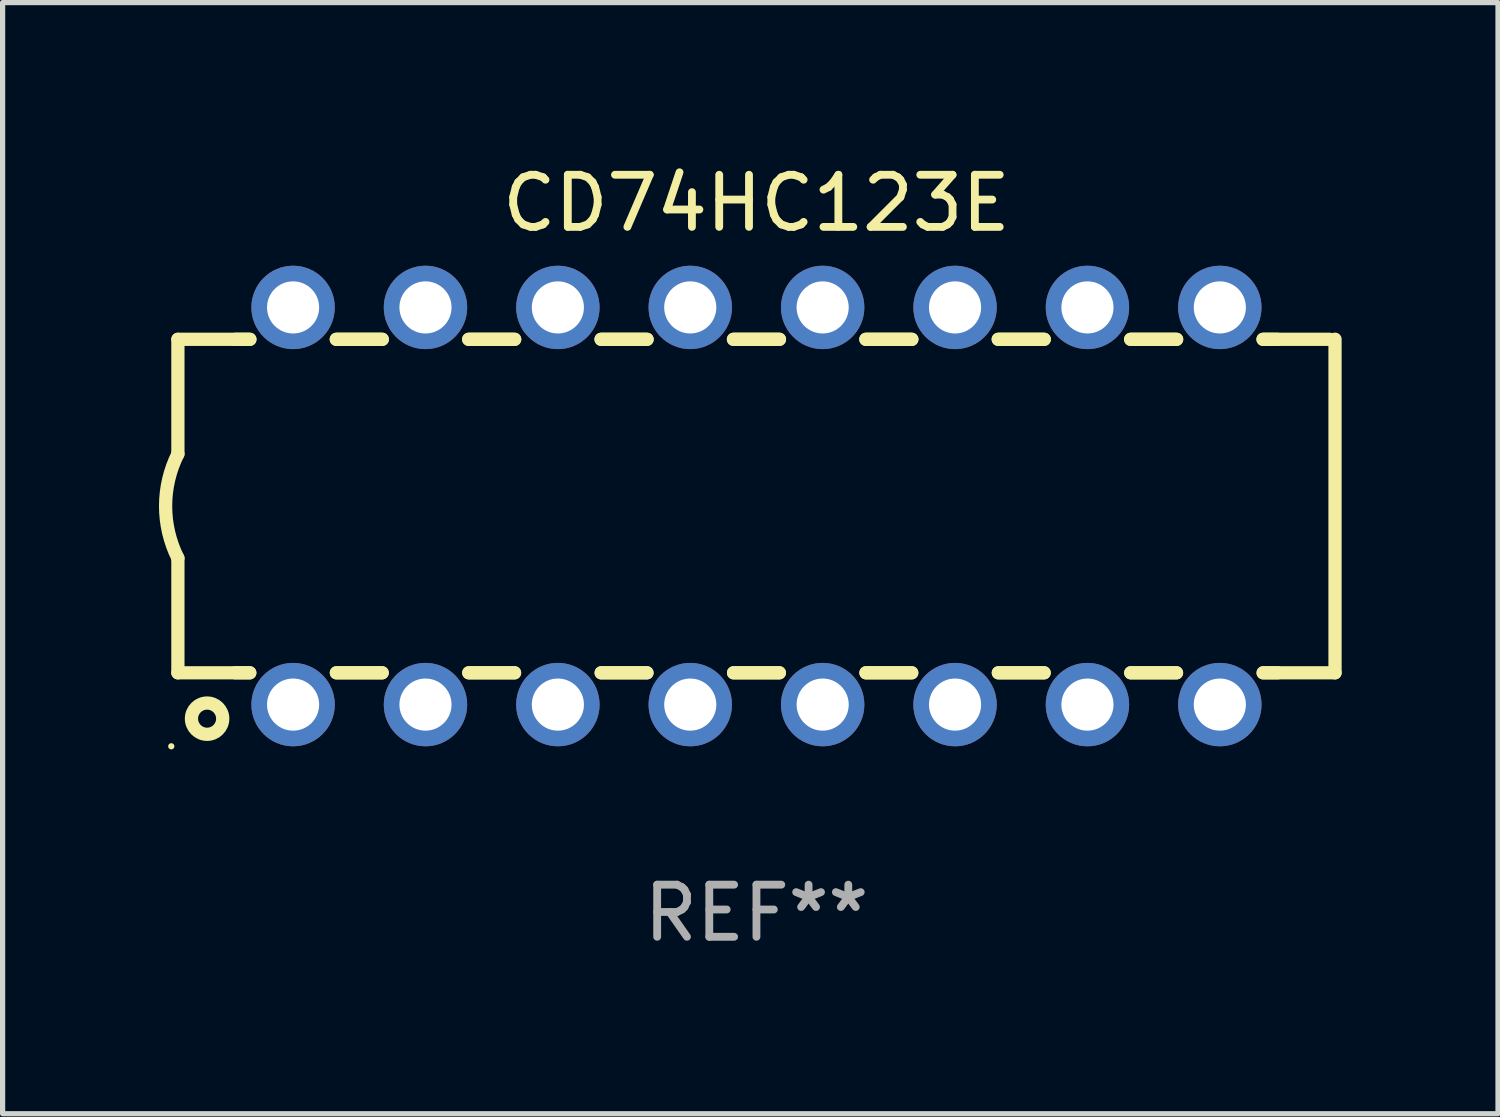
<source format=kicad_pcb>
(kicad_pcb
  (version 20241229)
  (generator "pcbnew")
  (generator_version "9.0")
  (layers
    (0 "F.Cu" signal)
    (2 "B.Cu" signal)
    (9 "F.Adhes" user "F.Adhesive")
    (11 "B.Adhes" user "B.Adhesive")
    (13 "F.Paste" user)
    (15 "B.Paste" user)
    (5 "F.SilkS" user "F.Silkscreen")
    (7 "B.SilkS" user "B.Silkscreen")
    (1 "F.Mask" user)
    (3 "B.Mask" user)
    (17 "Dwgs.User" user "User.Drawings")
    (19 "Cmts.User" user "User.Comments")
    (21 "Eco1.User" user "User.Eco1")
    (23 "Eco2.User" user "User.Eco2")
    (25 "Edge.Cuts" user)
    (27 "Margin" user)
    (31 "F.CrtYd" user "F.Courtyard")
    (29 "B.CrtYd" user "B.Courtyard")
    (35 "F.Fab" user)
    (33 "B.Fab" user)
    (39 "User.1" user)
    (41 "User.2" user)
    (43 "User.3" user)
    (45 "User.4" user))
  (footprint "CD74HC123E"
    (layer "F.Cu")
    (at 11.463 6.658)
    (property "Reference" "CD74HC123E" (at 0 -5.81 0) (layer "F.SilkS") (effects (font (size 1 1) (thickness 0.15))))
    (attr through_hole)
    (fp_line (start -11.1 -3.198) (end -9.719 -3.198) (stroke (width 0.254) (type solid)) (layer "F.SilkS"))
    (fp_line (start -11.1 -0.998) (end -11.1 -3.198) (stroke (width 0.254) (type solid)) (layer "F.SilkS"))
    (fp_line (start -11.1 3.2) (end -11.1 1) (stroke (width 0.254) (type solid)) (layer "F.SilkS"))
    (fp_line (start -11.1 3.2) (end -9.721 3.2) (stroke (width 0.254) (type solid)) (layer "F.SilkS"))
    (fp_line (start -10 -3.198) (end -9.719 -3.198) (stroke (width 0.254) (type solid)) (layer "F.SilkS"))
    (fp_line (start -10 3.2) (end -9.721 3.2) (stroke (width 0.254) (type solid)) (layer "F.SilkS"))
    (fp_line (start -8.061 -3.198) (end -7.179 -3.198) (stroke (width 0.254) (type solid)) (layer "F.SilkS"))
    (fp_line (start -8.061 -3.198) (end -7.179 -3.198) (stroke (width 0.254) (type solid)) (layer "F.SilkS"))
    (fp_line (start -8.059 3.2) (end -7.181 3.2) (stroke (width 0.254) (type solid)) (layer "F.SilkS"))
    (fp_line (start -8.059 3.2) (end -7.181 3.2) (stroke (width 0.254) (type solid)) (layer "F.SilkS"))
    (fp_line (start -5.521 -3.198) (end -4.639 -3.198) (stroke (width 0.254) (type solid)) (layer "F.SilkS"))
    (fp_line (start -5.521 -3.198) (end -4.639 -3.198) (stroke (width 0.254) (type solid)) (layer "F.SilkS"))
    (fp_line (start -5.519 3.2) (end -4.641 3.2) (stroke (width 0.254) (type solid)) (layer "F.SilkS"))
    (fp_line (start -5.519 3.2) (end -4.641 3.2) (stroke (width 0.254) (type solid)) (layer "F.SilkS"))
    (fp_line (start -2.981 -3.198) (end -2.099 -3.198) (stroke (width 0.254) (type solid)) (layer "F.SilkS"))
    (fp_line (start -2.981 -3.198) (end -2.099 -3.198) (stroke (width 0.254) (type solid)) (layer "F.SilkS"))
    (fp_line (start -2.979 3.2) (end -2.101 3.2) (stroke (width 0.254) (type solid)) (layer "F.SilkS"))
    (fp_line (start -2.979 3.2) (end -2.101 3.2) (stroke (width 0.254) (type solid)) (layer "F.SilkS"))
    (fp_line (start -0.441 -3.198) (end 0.441 -3.198) (stroke (width 0.254) (type solid)) (layer "F.SilkS"))
    (fp_line (start -0.441 -3.198) (end 0.441 -3.198) (stroke (width 0.254) (type solid)) (layer "F.SilkS"))
    (fp_line (start -0.439 3.2) (end 0.439 3.2) (stroke (width 0.254) (type solid)) (layer "F.SilkS"))
    (fp_line (start -0.439 3.2) (end 0.439 3.2) (stroke (width 0.254) (type solid)) (layer "F.SilkS"))
    (fp_line (start 2.099 -3.198) (end 2.981 -3.198) (stroke (width 0.254) (type solid)) (layer "F.SilkS"))
    (fp_line (start 2.099 -3.198) (end 2.981 -3.198) (stroke (width 0.254) (type solid)) (layer "F.SilkS"))
    (fp_line (start 2.101 3.2) (end 2.979 3.2) (stroke (width 0.254) (type solid)) (layer "F.SilkS"))
    (fp_line (start 2.101 3.2) (end 2.979 3.2) (stroke (width 0.254) (type solid)) (layer "F.SilkS"))
    (fp_line (start 4.639 -3.198) (end 5.521 -3.198) (stroke (width 0.254) (type solid)) (layer "F.SilkS"))
    (fp_line (start 4.639 -3.198) (end 5.521 -3.198) (stroke (width 0.254) (type solid)) (layer "F.SilkS"))
    (fp_line (start 4.641 3.2) (end 5.519 3.2) (stroke (width 0.254) (type solid)) (layer "F.SilkS"))
    (fp_line (start 4.641 3.2) (end 5.519 3.2) (stroke (width 0.254) (type solid)) (layer "F.SilkS"))
    (fp_line (start 7.179 -3.198) (end 8.061 -3.198) (stroke (width 0.254) (type solid)) (layer "F.SilkS"))
    (fp_line (start 7.179 -3.198) (end 8.061 -3.198) (stroke (width 0.254) (type solid)) (layer "F.SilkS"))
    (fp_line (start 7.181 3.2) (end 8.059 3.2) (stroke (width 0.254) (type solid)) (layer "F.SilkS"))
    (fp_line (start 7.181 3.2) (end 8.059 3.2) (stroke (width 0.254) (type solid)) (layer "F.SilkS"))
    (fp_line (start 9.719 -3.198) (end 10 -3.198) (stroke (width 0.254) (type solid)) (layer "F.SilkS"))
    (fp_line (start 9.719 -3.198) (end 11 -3.198) (stroke (width 0.254) (type solid)) (layer "F.SilkS"))
    (fp_line (start 9.721 3.2) (end 11.1 3.2) (stroke (width 0.254) (type solid)) (layer "F.SilkS"))
    (fp_line (start 9.721 3.2) (end 10 3.2) (stroke (width 0.254) (type solid)) (layer "F.SilkS"))
    (fp_line (start 11.1 3.2) (end 11.1 -3.2) (stroke (width 0.254) (type solid)) (layer "F.SilkS"))
    (fp_arc (start -11.099823 1.000762) (mid -11.335827 0.001303) (end -11.1 -0.998197) (stroke (width 0.254001) (type solid)) (layer "F.SilkS"))
    (fp_circle (center -11.227 4.61) (end -11.197 4.61) (stroke (width 0.06) (type solid)) (fill no) (layer "F.SilkS"))
    (fp_circle (center -10.54 4.08) (end -10.24 4.08) (stroke (width 0.254) (type solid)) (fill no) (layer "F.SilkS"))
    (fp_text user "REF**" (at 0 7.81 0) (layer "F.Fab") (effects (font (size 1 1) (thickness 0.15))))
    (pad "1" thru_hole circle (at -8.89 3.81) (size 1.6 1.6) (drill 1) (layers "*.Cu" "*.Mask"))
    (pad "2" thru_hole circle (at -6.35 3.81) (size 1.6 1.6) (drill 1) (layers "*.Cu" "*.Mask"))
    (pad "3" thru_hole circle (at -3.81 3.81) (size 1.6 1.6) (drill 1) (layers "*.Cu" "*.Mask"))
    (pad "4" thru_hole circle (at -1.27 3.81) (size 1.6 1.6) (drill 1) (layers "*.Cu" "*.Mask"))
    (pad "5" thru_hole circle (at 1.27 3.81) (size 1.6 1.6) (drill 1) (layers "*.Cu" "*.Mask"))
    (pad "6" thru_hole circle (at 3.81 3.81) (size 1.6 1.6) (drill 1) (layers "*.Cu" "*.Mask"))
    (pad "7" thru_hole circle (at 6.35 3.81) (size 1.6 1.6) (drill 1) (layers "*.Cu" "*.Mask"))
    (pad "8" thru_hole circle (at 8.89 3.81) (size 1.6 1.6) (drill 1) (layers "*.Cu" "*.Mask"))
    (pad "9" thru_hole circle (at 8.89 -3.81) (size 1.6 1.6) (drill 1) (layers "*.Cu" "*.Mask"))
    (pad "10" thru_hole circle (at 6.35 -3.81) (size 1.6 1.6) (drill 1) (layers "*.Cu" "*.Mask"))
    (pad "11" thru_hole circle (at 3.81 -3.81) (size 1.6 1.6) (drill 1) (layers "*.Cu" "*.Mask"))
    (pad "12" thru_hole circle (at 1.27 -3.81) (size 1.6 1.6) (drill 1) (layers "*.Cu" "*.Mask"))
    (pad "13" thru_hole circle (at -1.27 -3.81) (size 1.6 1.6) (drill 1) (layers "*.Cu" "*.Mask"))
    (pad "14" thru_hole circle (at -3.81 -3.81) (size 1.6 1.6) (drill 1) (layers "*.Cu" "*.Mask"))
    (pad "15" thru_hole circle (at -6.35 -3.81) (size 1.6 1.6) (drill 1) (layers "*.Cu" "*.Mask"))
    (pad "16" thru_hole circle (at -8.89 -3.81) (size 1.6 1.6) (drill 1) (layers "*.Cu" "*.Mask")))
  (gr_rect
    (start -3 -3)
    (end 25.69 18.317)
    (stroke (width 0.1) (type default))
    (fill no)
    (layer "Edge.Cuts")))
</source>
